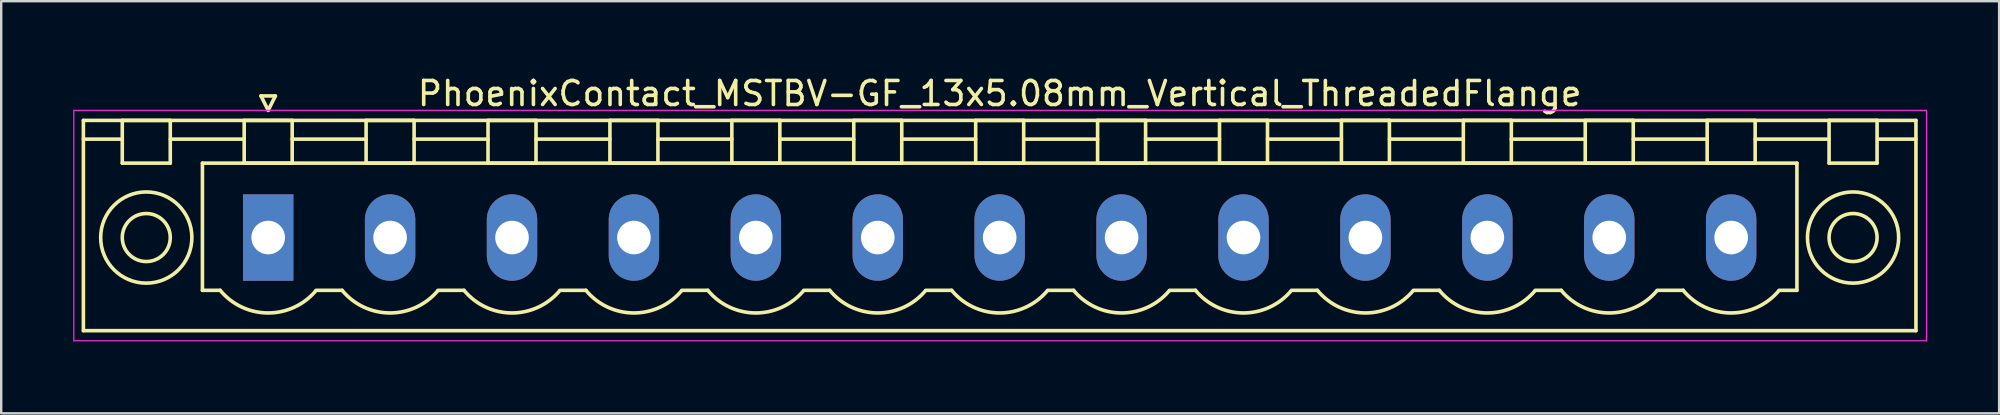
<source format=kicad_pcb>
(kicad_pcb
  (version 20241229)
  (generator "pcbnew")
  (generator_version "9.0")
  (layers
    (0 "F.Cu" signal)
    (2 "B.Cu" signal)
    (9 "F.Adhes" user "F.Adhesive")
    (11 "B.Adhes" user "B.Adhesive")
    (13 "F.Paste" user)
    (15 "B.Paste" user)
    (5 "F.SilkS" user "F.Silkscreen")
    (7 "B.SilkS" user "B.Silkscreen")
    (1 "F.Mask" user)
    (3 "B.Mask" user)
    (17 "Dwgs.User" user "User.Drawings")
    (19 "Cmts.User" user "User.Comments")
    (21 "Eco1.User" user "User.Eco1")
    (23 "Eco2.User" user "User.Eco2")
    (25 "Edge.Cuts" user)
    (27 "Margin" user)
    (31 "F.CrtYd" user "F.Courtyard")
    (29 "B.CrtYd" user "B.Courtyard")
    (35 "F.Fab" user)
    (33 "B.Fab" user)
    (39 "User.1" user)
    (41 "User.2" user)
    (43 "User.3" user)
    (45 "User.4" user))
  (footprint "PhoenixContact_MSTBV-GF_13x5.08mm_Vertical_ThreadedFlange"
    (layer "F.Cu")
    (at 8.125 6.848)
    (property "Reference" "PhoenixContact_MSTBV-GF_13x5.08mm_Vertical_ThreadedFlange" (at 30.48 -6 0) (layer "F.SilkS") (effects (font (size 1 1) (thickness 0.15))))
    (attr through_hole)
    (fp_line (start -7.7 -4.88) (end -7.7 3.88) (stroke (width 0.15) (type solid)) (layer "F.SilkS"))
    (fp_line (start -7.7 -4.1) (end -6.16 -4.1) (stroke (width 0.15) (type solid)) (layer "F.SilkS"))
    (fp_line (start -7.7 3.88) (end 68.66 3.88) (stroke (width 0.15) (type solid)) (layer "F.SilkS"))
    (fp_line (start -6.08 -4.88) (end -4.08 -4.88) (stroke (width 0.15) (type solid)) (layer "F.SilkS"))
    (fp_line (start -6.08 -3.1) (end -6.08 -4.88) (stroke (width 0.15) (type solid)) (layer "F.SilkS"))
    (fp_line (start -4.08 -4.88) (end -4.08 -3.1) (stroke (width 0.15) (type solid)) (layer "F.SilkS"))
    (fp_line (start -4.08 -4.1) (end -1 -4.1) (stroke (width 0.15) (type solid)) (layer "F.SilkS"))
    (fp_line (start -4.08 -3.1) (end -6.08 -3.1) (stroke (width 0.15) (type solid)) (layer "F.SilkS"))
    (fp_line (start -2.74 -3.1) (end 63.7 -3.1) (stroke (width 0.15) (type solid)) (layer "F.SilkS"))
    (fp_line (start -2.74 2.2) (end -2.74 -3.1) (stroke (width 0.15) (type solid)) (layer "F.SilkS"))
    (fp_line (start -2 2.2) (end -2.74 2.2) (stroke (width 0.15) (type solid)) (layer "F.SilkS"))
    (fp_line (start -1 -4.88) (end 1 -4.88) (stroke (width 0.15) (type solid)) (layer "F.SilkS"))
    (fp_line (start -1 -3.1) (end -1 -4.88) (stroke (width 0.15) (type solid)) (layer "F.SilkS"))
    (fp_line (start -0.3 -5.9) (end 0 -5.3) (stroke (width 0.15) (type solid)) (layer "F.SilkS"))
    (fp_line (start 0 -5.3) (end 0.3 -5.9) (stroke (width 0.15) (type solid)) (layer "F.SilkS"))
    (fp_line (start 0.3 -5.9) (end -0.3 -5.9) (stroke (width 0.15) (type solid)) (layer "F.SilkS"))
    (fp_line (start 1 -4.88) (end 1 -3.1) (stroke (width 0.15) (type solid)) (layer "F.SilkS"))
    (fp_line (start 1 -4.1) (end 4.08 -4.1) (stroke (width 0.15) (type solid)) (layer "F.SilkS"))
    (fp_line (start 1 -3.1) (end -1 -3.1) (stroke (width 0.15) (type solid)) (layer "F.SilkS"))
    (fp_line (start 2 2.2) (end 3.08 2.2) (stroke (width 0.15) (type solid)) (layer "F.SilkS"))
    (fp_line (start 4.08 -4.88) (end 6.08 -4.88) (stroke (width 0.15) (type solid)) (layer "F.SilkS"))
    (fp_line (start 4.08 -3.1) (end 4.08 -4.88) (stroke (width 0.15) (type solid)) (layer "F.SilkS"))
    (fp_line (start 6.08 -4.88) (end 6.08 -3.1) (stroke (width 0.15) (type solid)) (layer "F.SilkS"))
    (fp_line (start 6.08 -4.1) (end 9.16 -4.1) (stroke (width 0.15) (type solid)) (layer "F.SilkS"))
    (fp_line (start 6.08 -3.1) (end 4.08 -3.1) (stroke (width 0.15) (type solid)) (layer "F.SilkS"))
    (fp_line (start 7.08 2.2) (end 8.16 2.2) (stroke (width 0.15) (type solid)) (layer "F.SilkS"))
    (fp_line (start 9.16 -4.88) (end 11.16 -4.88) (stroke (width 0.15) (type solid)) (layer "F.SilkS"))
    (fp_line (start 9.16 -3.1) (end 9.16 -4.88) (stroke (width 0.15) (type solid)) (layer "F.SilkS"))
    (fp_line (start 11.16 -4.88) (end 11.16 -3.1) (stroke (width 0.15) (type solid)) (layer "F.SilkS"))
    (fp_line (start 11.16 -4.1) (end 14.24 -4.1) (stroke (width 0.15) (type solid)) (layer "F.SilkS"))
    (fp_line (start 11.16 -3.1) (end 9.16 -3.1) (stroke (width 0.15) (type solid)) (layer "F.SilkS"))
    (fp_line (start 12.16 2.2) (end 13.24 2.2) (stroke (width 0.15) (type solid)) (layer "F.SilkS"))
    (fp_line (start 14.24 -4.88) (end 16.24 -4.88) (stroke (width 0.15) (type solid)) (layer "F.SilkS"))
    (fp_line (start 14.24 -3.1) (end 14.24 -4.88) (stroke (width 0.15) (type solid)) (layer "F.SilkS"))
    (fp_line (start 16.24 -4.88) (end 16.24 -3.1) (stroke (width 0.15) (type solid)) (layer "F.SilkS"))
    (fp_line (start 16.24 -4.1) (end 19.32 -4.1) (stroke (width 0.15) (type solid)) (layer "F.SilkS"))
    (fp_line (start 16.24 -3.1) (end 14.24 -3.1) (stroke (width 0.15) (type solid)) (layer "F.SilkS"))
    (fp_line (start 17.24 2.2) (end 18.32 2.2) (stroke (width 0.15) (type solid)) (layer "F.SilkS"))
    (fp_line (start 19.32 -4.88) (end 21.32 -4.88) (stroke (width 0.15) (type solid)) (layer "F.SilkS"))
    (fp_line (start 19.32 -3.1) (end 19.32 -4.88) (stroke (width 0.15) (type solid)) (layer "F.SilkS"))
    (fp_line (start 21.32 -4.88) (end 21.32 -3.1) (stroke (width 0.15) (type solid)) (layer "F.SilkS"))
    (fp_line (start 21.32 -4.1) (end 24.4 -4.1) (stroke (width 0.15) (type solid)) (layer "F.SilkS"))
    (fp_line (start 21.32 -3.1) (end 19.32 -3.1) (stroke (width 0.15) (type solid)) (layer "F.SilkS"))
    (fp_line (start 22.32 2.2) (end 23.4 2.2) (stroke (width 0.15) (type solid)) (layer "F.SilkS"))
    (fp_line (start 24.4 -4.88) (end 26.4 -4.88) (stroke (width 0.15) (type solid)) (layer "F.SilkS"))
    (fp_line (start 24.4 -3.1) (end 24.4 -4.88) (stroke (width 0.15) (type solid)) (layer "F.SilkS"))
    (fp_line (start 26.4 -4.88) (end 26.4 -3.1) (stroke (width 0.15) (type solid)) (layer "F.SilkS"))
    (fp_line (start 26.4 -4.1) (end 29.48 -4.1) (stroke (width 0.15) (type solid)) (layer "F.SilkS"))
    (fp_line (start 26.4 -3.1) (end 24.4 -3.1) (stroke (width 0.15) (type solid)) (layer "F.SilkS"))
    (fp_line (start 27.4 2.2) (end 28.48 2.2) (stroke (width 0.15) (type solid)) (layer "F.SilkS"))
    (fp_line (start 29.48 -4.88) (end 31.48 -4.88) (stroke (width 0.15) (type solid)) (layer "F.SilkS"))
    (fp_line (start 29.48 -3.1) (end 29.48 -4.88) (stroke (width 0.15) (type solid)) (layer "F.SilkS"))
    (fp_line (start 31.48 -4.88) (end 31.48 -3.1) (stroke (width 0.15) (type solid)) (layer "F.SilkS"))
    (fp_line (start 31.48 -4.1) (end 34.56 -4.1) (stroke (width 0.15) (type solid)) (layer "F.SilkS"))
    (fp_line (start 31.48 -3.1) (end 29.48 -3.1) (stroke (width 0.15) (type solid)) (layer "F.SilkS"))
    (fp_line (start 32.48 2.2) (end 33.56 2.2) (stroke (width 0.15) (type solid)) (layer "F.SilkS"))
    (fp_line (start 34.56 -4.88) (end 36.56 -4.88) (stroke (width 0.15) (type solid)) (layer "F.SilkS"))
    (fp_line (start 34.56 -3.1) (end 34.56 -4.88) (stroke (width 0.15) (type solid)) (layer "F.SilkS"))
    (fp_line (start 36.56 -4.88) (end 36.56 -3.1) (stroke (width 0.15) (type solid)) (layer "F.SilkS"))
    (fp_line (start 36.56 -4.1) (end 39.64 -4.1) (stroke (width 0.15) (type solid)) (layer "F.SilkS"))
    (fp_line (start 36.56 -3.1) (end 34.56 -3.1) (stroke (width 0.15) (type solid)) (layer "F.SilkS"))
    (fp_line (start 37.56 2.2) (end 38.64 2.2) (stroke (width 0.15) (type solid)) (layer "F.SilkS"))
    (fp_line (start 39.64 -4.88) (end 41.64 -4.88) (stroke (width 0.15) (type solid)) (layer "F.SilkS"))
    (fp_line (start 39.64 -3.1) (end 39.64 -4.88) (stroke (width 0.15) (type solid)) (layer "F.SilkS"))
    (fp_line (start 41.64 -4.88) (end 41.64 -3.1) (stroke (width 0.15) (type solid)) (layer "F.SilkS"))
    (fp_line (start 41.64 -4.1) (end 44.72 -4.1) (stroke (width 0.15) (type solid)) (layer "F.SilkS"))
    (fp_line (start 41.64 -3.1) (end 39.64 -3.1) (stroke (width 0.15) (type solid)) (layer "F.SilkS"))
    (fp_line (start 42.64 2.2) (end 43.72 2.2) (stroke (width 0.15) (type solid)) (layer "F.SilkS"))
    (fp_line (start 44.72 -4.88) (end 46.72 -4.88) (stroke (width 0.15) (type solid)) (layer "F.SilkS"))
    (fp_line (start 44.72 -3.1) (end 44.72 -4.88) (stroke (width 0.15) (type solid)) (layer "F.SilkS"))
    (fp_line (start 46.72 -4.88) (end 46.72 -3.1) (stroke (width 0.15) (type solid)) (layer "F.SilkS"))
    (fp_line (start 46.72 -4.1) (end 49.8 -4.1) (stroke (width 0.15) (type solid)) (layer "F.SilkS"))
    (fp_line (start 46.72 -3.1) (end 44.72 -3.1) (stroke (width 0.15) (type solid)) (layer "F.SilkS"))
    (fp_line (start 47.72 2.2) (end 48.8 2.2) (stroke (width 0.15) (type solid)) (layer "F.SilkS"))
    (fp_line (start 49.8 -4.88) (end 51.8 -4.88) (stroke (width 0.15) (type solid)) (layer "F.SilkS"))
    (fp_line (start 49.8 -3.1) (end 49.8 -4.88) (stroke (width 0.15) (type solid)) (layer "F.SilkS"))
    (fp_line (start 51.8 -4.88) (end 51.8 -3.1) (stroke (width 0.15) (type solid)) (layer "F.SilkS"))
    (fp_line (start 51.8 -4.1) (end 54.88 -4.1) (stroke (width 0.15) (type solid)) (layer "F.SilkS"))
    (fp_line (start 51.8 -3.1) (end 49.8 -3.1) (stroke (width 0.15) (type solid)) (layer "F.SilkS"))
    (fp_line (start 52.8 2.2) (end 53.88 2.2) (stroke (width 0.15) (type solid)) (layer "F.SilkS"))
    (fp_line (start 54.88 -4.88) (end 56.88 -4.88) (stroke (width 0.15) (type solid)) (layer "F.SilkS"))
    (fp_line (start 54.88 -3.1) (end 54.88 -4.88) (stroke (width 0.15) (type solid)) (layer "F.SilkS"))
    (fp_line (start 56.88 -4.88) (end 56.88 -3.1) (stroke (width 0.15) (type solid)) (layer "F.SilkS"))
    (fp_line (start 56.88 -4.1) (end 59.96 -4.1) (stroke (width 0.15) (type solid)) (layer "F.SilkS"))
    (fp_line (start 56.88 -3.1) (end 54.88 -3.1) (stroke (width 0.15) (type solid)) (layer "F.SilkS"))
    (fp_line (start 57.88 2.2) (end 58.96 2.2) (stroke (width 0.15) (type solid)) (layer "F.SilkS"))
    (fp_line (start 59.96 -4.88) (end 61.96 -4.88) (stroke (width 0.15) (type solid)) (layer "F.SilkS"))
    (fp_line (start 59.96 -3.1) (end 59.96 -4.88) (stroke (width 0.15) (type solid)) (layer "F.SilkS"))
    (fp_line (start 61.96 -4.88) (end 61.96 -3.1) (stroke (width 0.15) (type solid)) (layer "F.SilkS"))
    (fp_line (start 61.96 -4.1) (end 65.04 -4.1) (stroke (width 0.15) (type solid)) (layer "F.SilkS"))
    (fp_line (start 61.96 -3.1) (end 59.96 -3.1) (stroke (width 0.15) (type solid)) (layer "F.SilkS"))
    (fp_line (start 63.7 -3.1) (end 63.7 2.2) (stroke (width 0.15) (type solid)) (layer "F.SilkS"))
    (fp_line (start 63.7 2.2) (end 62.96 2.2) (stroke (width 0.15) (type solid)) (layer "F.SilkS"))
    (fp_line (start 65.04 -4.88) (end 67.04 -4.88) (stroke (width 0.15) (type solid)) (layer "F.SilkS"))
    (fp_line (start 65.04 -3.1) (end 65.04 -4.88) (stroke (width 0.15) (type solid)) (layer "F.SilkS"))
    (fp_line (start 67.04 -4.88) (end 67.04 -3.1) (stroke (width 0.15) (type solid)) (layer "F.SilkS"))
    (fp_line (start 67.04 -3.1) (end 65.04 -3.1) (stroke (width 0.15) (type solid)) (layer "F.SilkS"))
    (fp_line (start 68.66 -4.88) (end -7.7 -4.88) (stroke (width 0.15) (type solid)) (layer "F.SilkS"))
    (fp_line (start 68.66 -4.1) (end 67.12 -4.1) (stroke (width 0.15) (type solid)) (layer "F.SilkS"))
    (fp_line (start 68.66 3.88) (end 68.66 -4.88) (stroke (width 0.15) (type solid)) (layer "F.SilkS"))
    (fp_arc (start 1.986842 2.215821) (mid -0.010289 3.142758) (end -2 2.2) (stroke (width 0.15) (type solid)) (layer "F.SilkS"))
    (fp_arc (start 7.066842 2.215821) (mid 5.069711 3.142758) (end 3.08 2.2) (stroke (width 0.15) (type solid)) (layer "F.SilkS"))
    (fp_arc (start 12.146842 2.215821) (mid 10.149711 3.142758) (end 8.16 2.2) (stroke (width 0.15) (type solid)) (layer "F.SilkS"))
    (fp_arc (start 17.226842 2.215821) (mid 15.229711 3.142758) (end 13.24 2.2) (stroke (width 0.15) (type solid)) (layer "F.SilkS"))
    (fp_arc (start 22.306842 2.215821) (mid 20.309711 3.142758) (end 18.32 2.2) (stroke (width 0.15) (type solid)) (layer "F.SilkS"))
    (fp_arc (start 27.386842 2.215821) (mid 25.389711 3.142758) (end 23.4 2.2) (stroke (width 0.15) (type solid)) (layer "F.SilkS"))
    (fp_arc (start 32.466842 2.215821) (mid 30.469711 3.142758) (end 28.48 2.2) (stroke (width 0.15) (type solid)) (layer "F.SilkS"))
    (fp_arc (start 37.546842 2.215821) (mid 35.549711 3.142758) (end 33.56 2.2) (stroke (width 0.15) (type solid)) (layer "F.SilkS"))
    (fp_arc (start 42.626842 2.215821) (mid 40.629711 3.142758) (end 38.64 2.2) (stroke (width 0.15) (type solid)) (layer "F.SilkS"))
    (fp_arc (start 47.706842 2.215821) (mid 45.709711 3.142758) (end 43.72 2.2) (stroke (width 0.15) (type solid)) (layer "F.SilkS"))
    (fp_arc (start 52.786842 2.215821) (mid 50.789711 3.142758) (end 48.8 2.2) (stroke (width 0.15) (type solid)) (layer "F.SilkS"))
    (fp_arc (start 57.866842 2.215821) (mid 55.869711 3.142758) (end 53.88 2.2) (stroke (width 0.15) (type solid)) (layer "F.SilkS"))
    (fp_arc (start 62.946842 2.215821) (mid 60.949711 3.142758) (end 58.96 2.2) (stroke (width 0.15) (type solid)) (layer "F.SilkS"))
    (fp_circle (center -5.08 0) (end -4.08 0) (stroke (width 0.15) (type solid)) (fill no) (layer "F.SilkS"))
    (fp_circle (center -5.08 0) (end -3.18 0) (stroke (width 0.15) (type solid)) (fill no) (layer "F.SilkS"))
    (fp_circle (center 66.04 0) (end 67.04 0) (stroke (width 0.15) (type solid)) (fill no) (layer "F.SilkS"))
    (fp_circle (center 66.04 0) (end 67.94 0) (stroke (width 0.15) (type solid)) (fill no) (layer "F.SilkS"))
    (fp_line (start -8.1 -5.3) (end -8.1 4.3) (stroke (width 0.05) (type solid)) (layer "F.CrtYd"))
    (fp_line (start -8.1 4.3) (end 69.1 4.3) (stroke (width 0.05) (type solid)) (layer "F.CrtYd"))
    (fp_line (start 69.1 -5.3) (end -8.1 -5.3) (stroke (width 0.05) (type solid)) (layer "F.CrtYd"))
    (fp_line (start 69.1 4.3) (end 69.1 -5.3) (stroke (width 0.05) (type solid)) (layer "F.CrtYd"))
    (pad "1" thru_hole rect (at 0 0) (size 2.1 3.6) (drill 1.4) (layers "*.Cu" "*.Mask"))
    (pad "2" thru_hole oval (at 5.08 0) (size 2.1 3.6) (drill 1.4) (layers "*.Cu" "*.Mask"))
    (pad "3" thru_hole oval (at 10.16 0) (size 2.1 3.6) (drill 1.4) (layers "*.Cu" "*.Mask"))
    (pad "4" thru_hole oval (at 15.24 0) (size 2.1 3.6) (drill 1.4) (layers "*.Cu" "*.Mask"))
    (pad "5" thru_hole oval (at 20.32 0) (size 2.1 3.6) (drill 1.4) (layers "*.Cu" "*.Mask"))
    (pad "6" thru_hole oval (at 25.4 0) (size 2.1 3.6) (drill 1.4) (layers "*.Cu" "*.Mask"))
    (pad "7" thru_hole oval (at 30.48 0) (size 2.1 3.6) (drill 1.4) (layers "*.Cu" "*.Mask"))
    (pad "8" thru_hole oval (at 35.56 0) (size 2.1 3.6) (drill 1.4) (layers "*.Cu" "*.Mask"))
    (pad "9" thru_hole oval (at 40.64 0) (size 2.1 3.6) (drill 1.4) (layers "*.Cu" "*.Mask"))
    (pad "10" thru_hole oval (at 45.72 0) (size 2.1 3.6) (drill 1.4) (layers "*.Cu" "*.Mask"))
    (pad "11" thru_hole oval (at 50.8 0) (size 2.1 3.6) (drill 1.4) (layers "*.Cu" "*.Mask"))
    (pad "12" thru_hole oval (at 55.88 0) (size 2.1 3.6) (drill 1.4) (layers "*.Cu" "*.Mask"))
    (pad "13" thru_hole oval (at 60.96 0) (size 2.1 3.6) (drill 1.4) (layers "*.Cu" "*.Mask")))
  (gr_rect
    (start -3 -3)
    (end 80.25 14.173)
    (stroke (width 0.1) (type default))
    (fill no)
    (layer "Edge.Cuts")))
</source>
